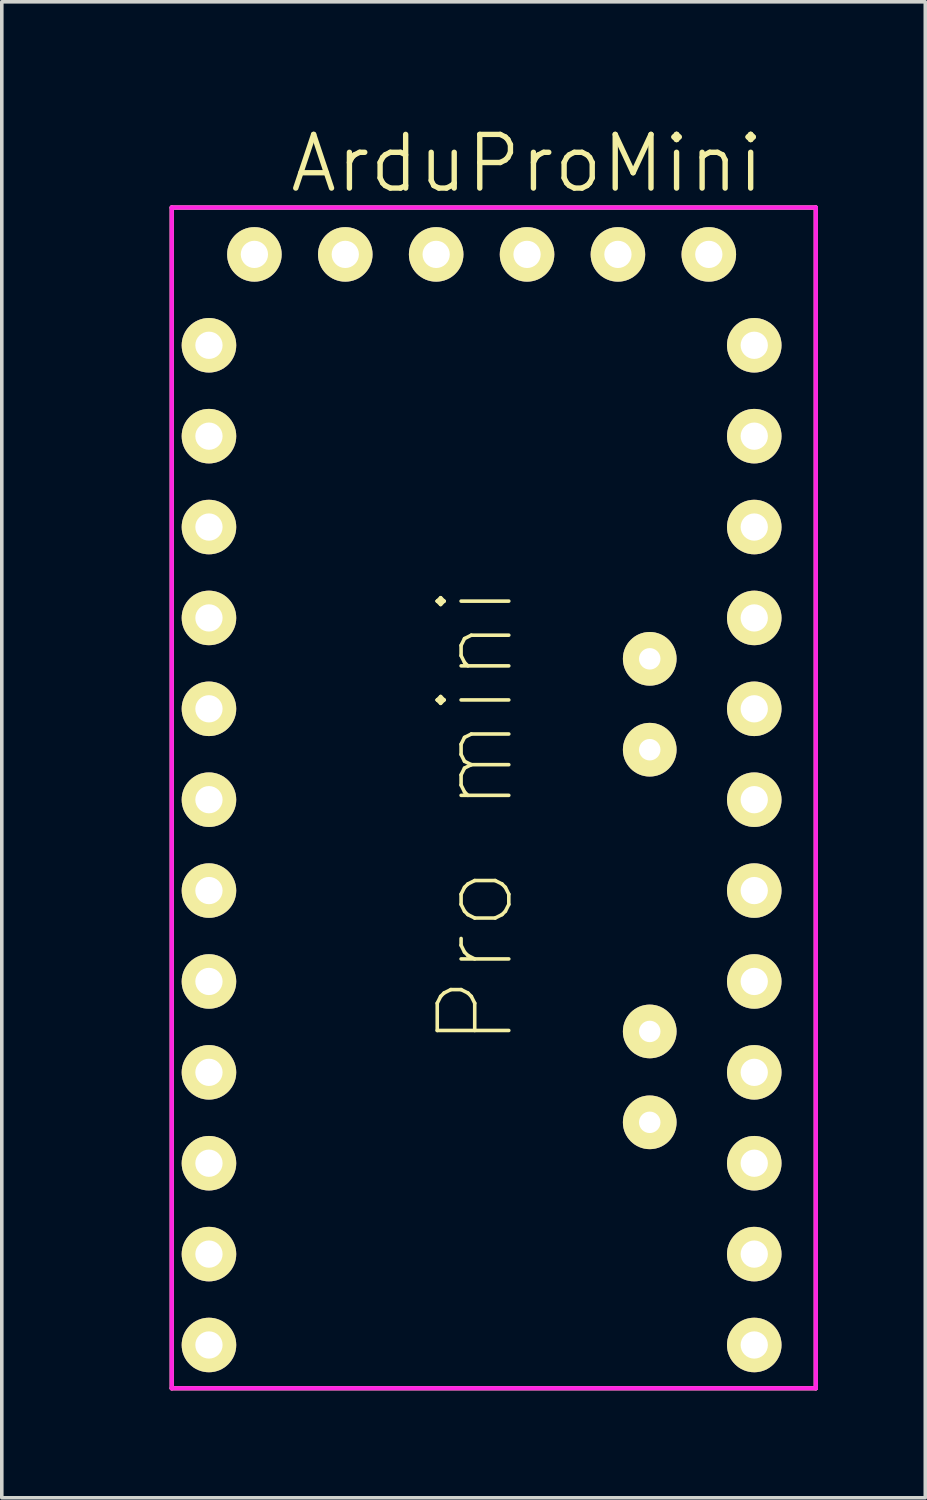
<source format=kicad_pcb>
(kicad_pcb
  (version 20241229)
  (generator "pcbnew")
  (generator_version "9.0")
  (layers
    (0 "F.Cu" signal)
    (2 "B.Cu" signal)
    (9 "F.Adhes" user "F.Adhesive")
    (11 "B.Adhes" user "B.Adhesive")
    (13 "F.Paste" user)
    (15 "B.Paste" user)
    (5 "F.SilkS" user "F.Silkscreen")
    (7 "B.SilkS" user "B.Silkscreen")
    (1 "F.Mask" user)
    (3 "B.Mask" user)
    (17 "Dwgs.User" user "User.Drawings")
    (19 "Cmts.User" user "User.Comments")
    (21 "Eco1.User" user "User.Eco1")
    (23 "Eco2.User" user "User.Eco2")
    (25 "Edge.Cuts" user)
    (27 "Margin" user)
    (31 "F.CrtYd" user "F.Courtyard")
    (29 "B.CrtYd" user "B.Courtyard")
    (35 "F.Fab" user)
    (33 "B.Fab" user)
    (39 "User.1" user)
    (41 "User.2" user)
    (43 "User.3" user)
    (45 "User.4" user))
  (footprint "ArduProMini"
    (layer "F.Cu")
    (at 0.25 0.25)
    (property "Reference" "ArduProMini" (at 11.43 1.27 0) (layer "F.SilkS") (effects (font (size 1.5 1.5) (thickness 0.15))))
    (attr through_hole)
    (fp_line (start 1.5 2.5) (end 1.5 35.5) (stroke (width 0.12) (type solid)) (layer "F.SilkS"))
    (fp_line (start 19.5 2.5) (end 1.5 2.5) (stroke (width 0.12) (type solid)) (layer "F.SilkS"))
    (fp_line (start 19.5 35.5) (end 1.5 35.5) (stroke (width 0.12) (type solid)) (layer "F.SilkS"))
    (fp_line (start 19.5 35.5) (end 19.5 2.5) (stroke (width 0.12) (type solid)) (layer "F.SilkS"))
    (fp_line (start 1.5 2.5) (end 19.5 2.5) (stroke (width 0.12) (type solid)) (layer "F.CrtYd"))
    (fp_line (start 1.5 35.5) (end 1.5 2.5) (stroke (width 0.12) (type solid)) (layer "F.CrtYd"))
    (fp_line (start 19.5 2.5) (end 19.5 35.5) (stroke (width 0.12) (type solid)) (layer "F.CrtYd"))
    (fp_line (start 19.5 35.5) (end 1.5 35.5) (stroke (width 0.12) (type solid)) (layer "F.CrtYd"))
    (fp_text user "Pro mini" (at 10 19.5 90) (layer "F.SilkS") (effects (font (size 2 2) (thickness 0.1))))
    (pad "1" thru_hole circle (at 3.81 3.81) (size 1.524 1.524) (drill 0.762) (layers "*.Cu" "*.Mask" "F.SilkS"))
    (pad "2" thru_hole circle (at 6.35 3.81) (size 1.524 1.524) (drill 0.762) (layers "*.Cu" "*.Mask" "F.SilkS"))
    (pad "3" thru_hole circle (at 8.89 3.81) (size 1.524 1.524) (drill 0.762) (layers "*.Cu" "*.Mask" "F.SilkS"))
    (pad "4" thru_hole circle (at 11.43 3.81) (size 1.524 1.524) (drill 0.762) (layers "*.Cu" "*.Mask" "F.SilkS"))
    (pad "5" thru_hole circle (at 13.97 3.81) (size 1.524 1.524) (drill 0.762) (layers "*.Cu" "*.Mask" "F.SilkS"))
    (pad "6" thru_hole circle (at 16.51 3.81) (size 1.524 1.524) (drill 0.762) (layers "*.Cu" "*.Mask" "F.SilkS"))
    (pad "7" thru_hole circle (at 2.54 6.35) (size 1.524 1.524) (drill 0.762) (layers "*.Cu" "*.Mask" "F.SilkS"))
    (pad "8" thru_hole circle (at 2.54 8.89) (size 1.524 1.524) (drill 0.762) (layers "*.Cu" "*.Mask" "F.SilkS"))
    (pad "9" thru_hole circle (at 2.54 11.43) (size 1.524 1.524) (drill 0.762) (layers "*.Cu" "*.Mask" "F.SilkS"))
    (pad "10" thru_hole circle (at 2.54 13.97) (size 1.524 1.524) (drill 0.762) (layers "*.Cu" "*.Mask" "F.SilkS"))
    (pad "11" thru_hole circle (at 2.54 16.51) (size 1.524 1.524) (drill 0.762) (layers "*.Cu" "*.Mask" "F.SilkS"))
    (pad "12" thru_hole circle (at 2.54 19.05) (size 1.524 1.524) (drill 0.762) (layers "*.Cu" "*.Mask" "F.SilkS"))
    (pad "13" thru_hole circle (at 2.54 21.59) (size 1.524 1.524) (drill 0.762) (layers "*.Cu" "*.Mask" "F.SilkS"))
    (pad "14" thru_hole circle (at 2.54 24.13) (size 1.524 1.524) (drill 0.762) (layers "*.Cu" "*.Mask" "F.SilkS"))
    (pad "15" thru_hole circle (at 2.54 26.67) (size 1.524 1.524) (drill 0.762) (layers "*.Cu" "*.Mask" "F.SilkS"))
    (pad "16" thru_hole circle (at 2.54 29.21) (size 1.524 1.524) (drill 0.762) (layers "*.Cu" "*.Mask" "F.SilkS"))
    (pad "17" thru_hole circle (at 2.54 31.75) (size 1.524 1.524) (drill 0.762) (layers "*.Cu" "*.Mask" "F.SilkS"))
    (pad "18" thru_hole circle (at 2.54 34.29) (size 1.524 1.524) (drill 0.762) (layers "*.Cu" "*.Mask" "F.SilkS"))
    (pad "19" thru_hole circle (at 17.78 6.35) (size 1.524 1.524) (drill 0.762) (layers "*.Cu" "*.Mask" "F.SilkS"))
    (pad "20" thru_hole circle (at 17.78 8.89) (size 1.524 1.524) (drill 0.762) (layers "*.Cu" "*.Mask" "F.SilkS"))
    (pad "21" thru_hole circle (at 17.78 11.43) (size 1.524 1.524) (drill 0.762) (layers "*.Cu" "*.Mask" "F.SilkS"))
    (pad "22" thru_hole circle (at 17.78 13.97) (size 1.524 1.524) (drill 0.762) (layers "*.Cu" "*.Mask" "F.SilkS"))
    (pad "23" thru_hole circle (at 17.78 16.51) (size 1.524 1.524) (drill 0.762) (layers "*.Cu" "*.Mask" "F.SilkS"))
    (pad "24" thru_hole circle (at 17.78 19.05) (size 1.524 1.524) (drill 0.762) (layers "*.Cu" "*.Mask" "F.SilkS"))
    (pad "25" thru_hole circle (at 17.78 21.59) (size 1.524 1.524) (drill 0.762) (layers "*.Cu" "*.Mask" "F.SilkS"))
    (pad "26" thru_hole circle (at 17.78 24.13) (size 1.524 1.524) (drill 0.762) (layers "*.Cu" "*.Mask" "F.SilkS"))
    (pad "27" thru_hole circle (at 17.78 26.67) (size 1.524 1.524) (drill 0.762) (layers "*.Cu" "*.Mask" "F.SilkS"))
    (pad "28" thru_hole circle (at 17.78 29.21) (size 1.524 1.524) (drill 0.762) (layers "*.Cu" "*.Mask" "F.SilkS"))
    (pad "29" thru_hole circle (at 17.78 31.75) (size 1.524 1.524) (drill 0.762) (layers "*.Cu" "*.Mask" "F.SilkS"))
    (pad "30" thru_hole circle (at 17.78 34.29) (size 1.524 1.524) (drill 0.762) (layers "*.Cu" "*.Mask" "F.SilkS"))
    (pad "31" thru_hole circle (at 14.859 15.113) (size 1.5 1.5) (drill 0.6) (layers "*.Cu" "*.Mask" "F.SilkS"))
    (pad "32" thru_hole circle (at 14.859 17.653) (size 1.5 1.5) (drill 0.6) (layers "*.Cu" "*.Mask" "F.SilkS"))
    (pad "34" thru_hole circle (at 14.859 25.527) (size 1.5 1.5) (drill 0.6) (layers "*.Cu" "*.Mask" "F.SilkS"))
    (pad "35" thru_hole circle (at 14.859 28.067) (size 1.5 1.5) (drill 0.6) (layers "*.Cu" "*.Mask" "F.SilkS")))
  (gr_rect
    (start -3 -3)
    (end 22.81 38.81)
    (stroke (width 0.1) (type default))
    (fill no)
    (layer "Edge.Cuts")))
</source>
